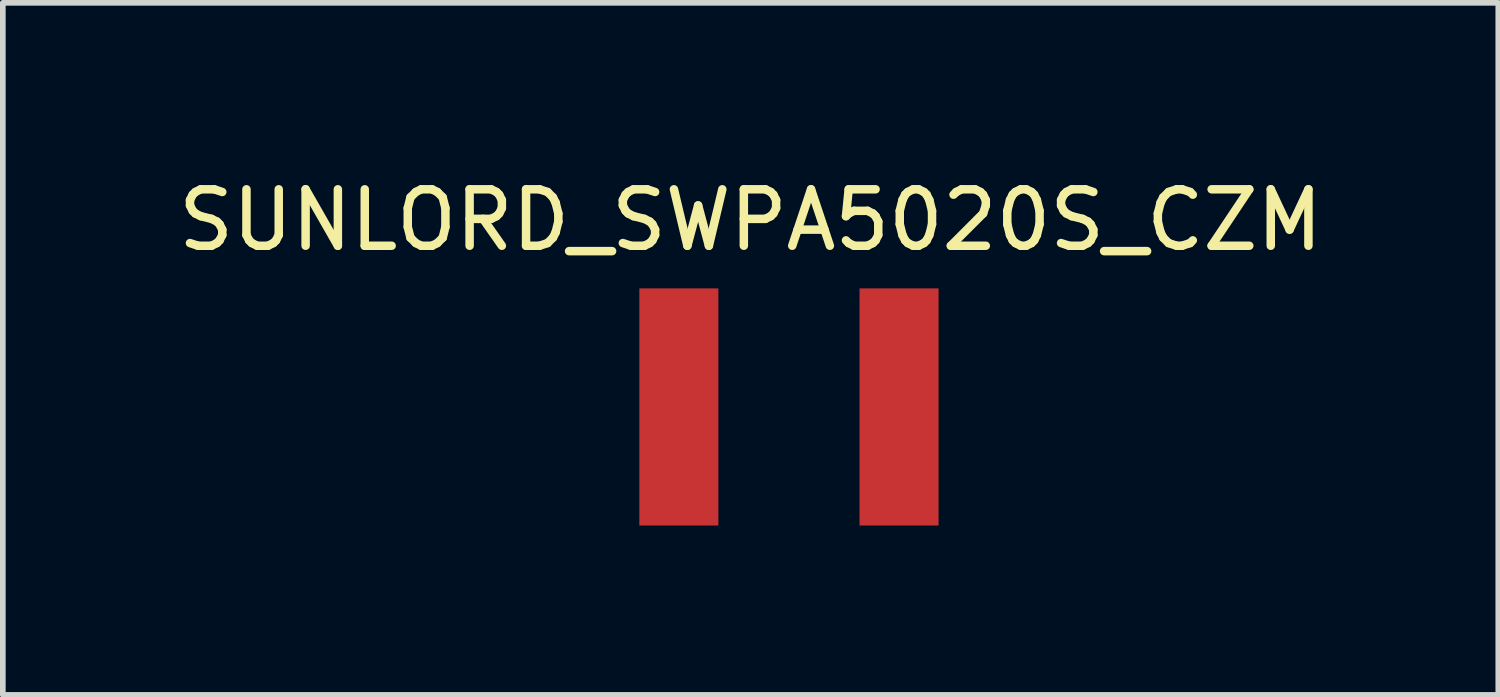
<source format=kicad_pcb>
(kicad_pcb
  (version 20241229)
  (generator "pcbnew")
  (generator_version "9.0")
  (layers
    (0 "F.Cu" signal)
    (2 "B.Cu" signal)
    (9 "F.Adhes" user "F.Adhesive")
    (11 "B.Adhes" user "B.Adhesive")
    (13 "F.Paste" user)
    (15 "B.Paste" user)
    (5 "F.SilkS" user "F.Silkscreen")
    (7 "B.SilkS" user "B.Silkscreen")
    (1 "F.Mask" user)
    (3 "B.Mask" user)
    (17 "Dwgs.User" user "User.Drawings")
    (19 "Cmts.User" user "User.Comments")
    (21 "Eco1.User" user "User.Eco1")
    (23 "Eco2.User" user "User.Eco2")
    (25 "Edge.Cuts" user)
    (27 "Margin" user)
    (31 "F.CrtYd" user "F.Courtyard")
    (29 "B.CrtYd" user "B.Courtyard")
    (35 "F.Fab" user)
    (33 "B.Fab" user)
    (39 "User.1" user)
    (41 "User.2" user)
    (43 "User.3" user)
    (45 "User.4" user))
  (footprint "SUNLORD_SWPA5020S_CZM"
    (layer "F.Cu")
    (at 10.244 0.348)
    (property "Reference" "SUNLORD_SWPA5020S_CZM" (at 0 0.5 0) (layer "F.SilkS") (effects (font (size 1 1) (thickness 0.15))))
    (attr through_hole)
    (pad "1" smd rect (at -1.27 3.81) (size 1.4 4.2) (layers "F.Cu" "F.Mask" "F.Paste"))
    (pad "2" smd rect (at 2.63 3.81) (size 1.4 4.2) (layers "F.Cu" "F.Mask" "F.Paste")))
  (gr_rect
    (start -3 -3)
    (end 23.488 9.258)
    (stroke (width 0.1) (type default))
    (fill no)
    (layer "Edge.Cuts")))
</source>
